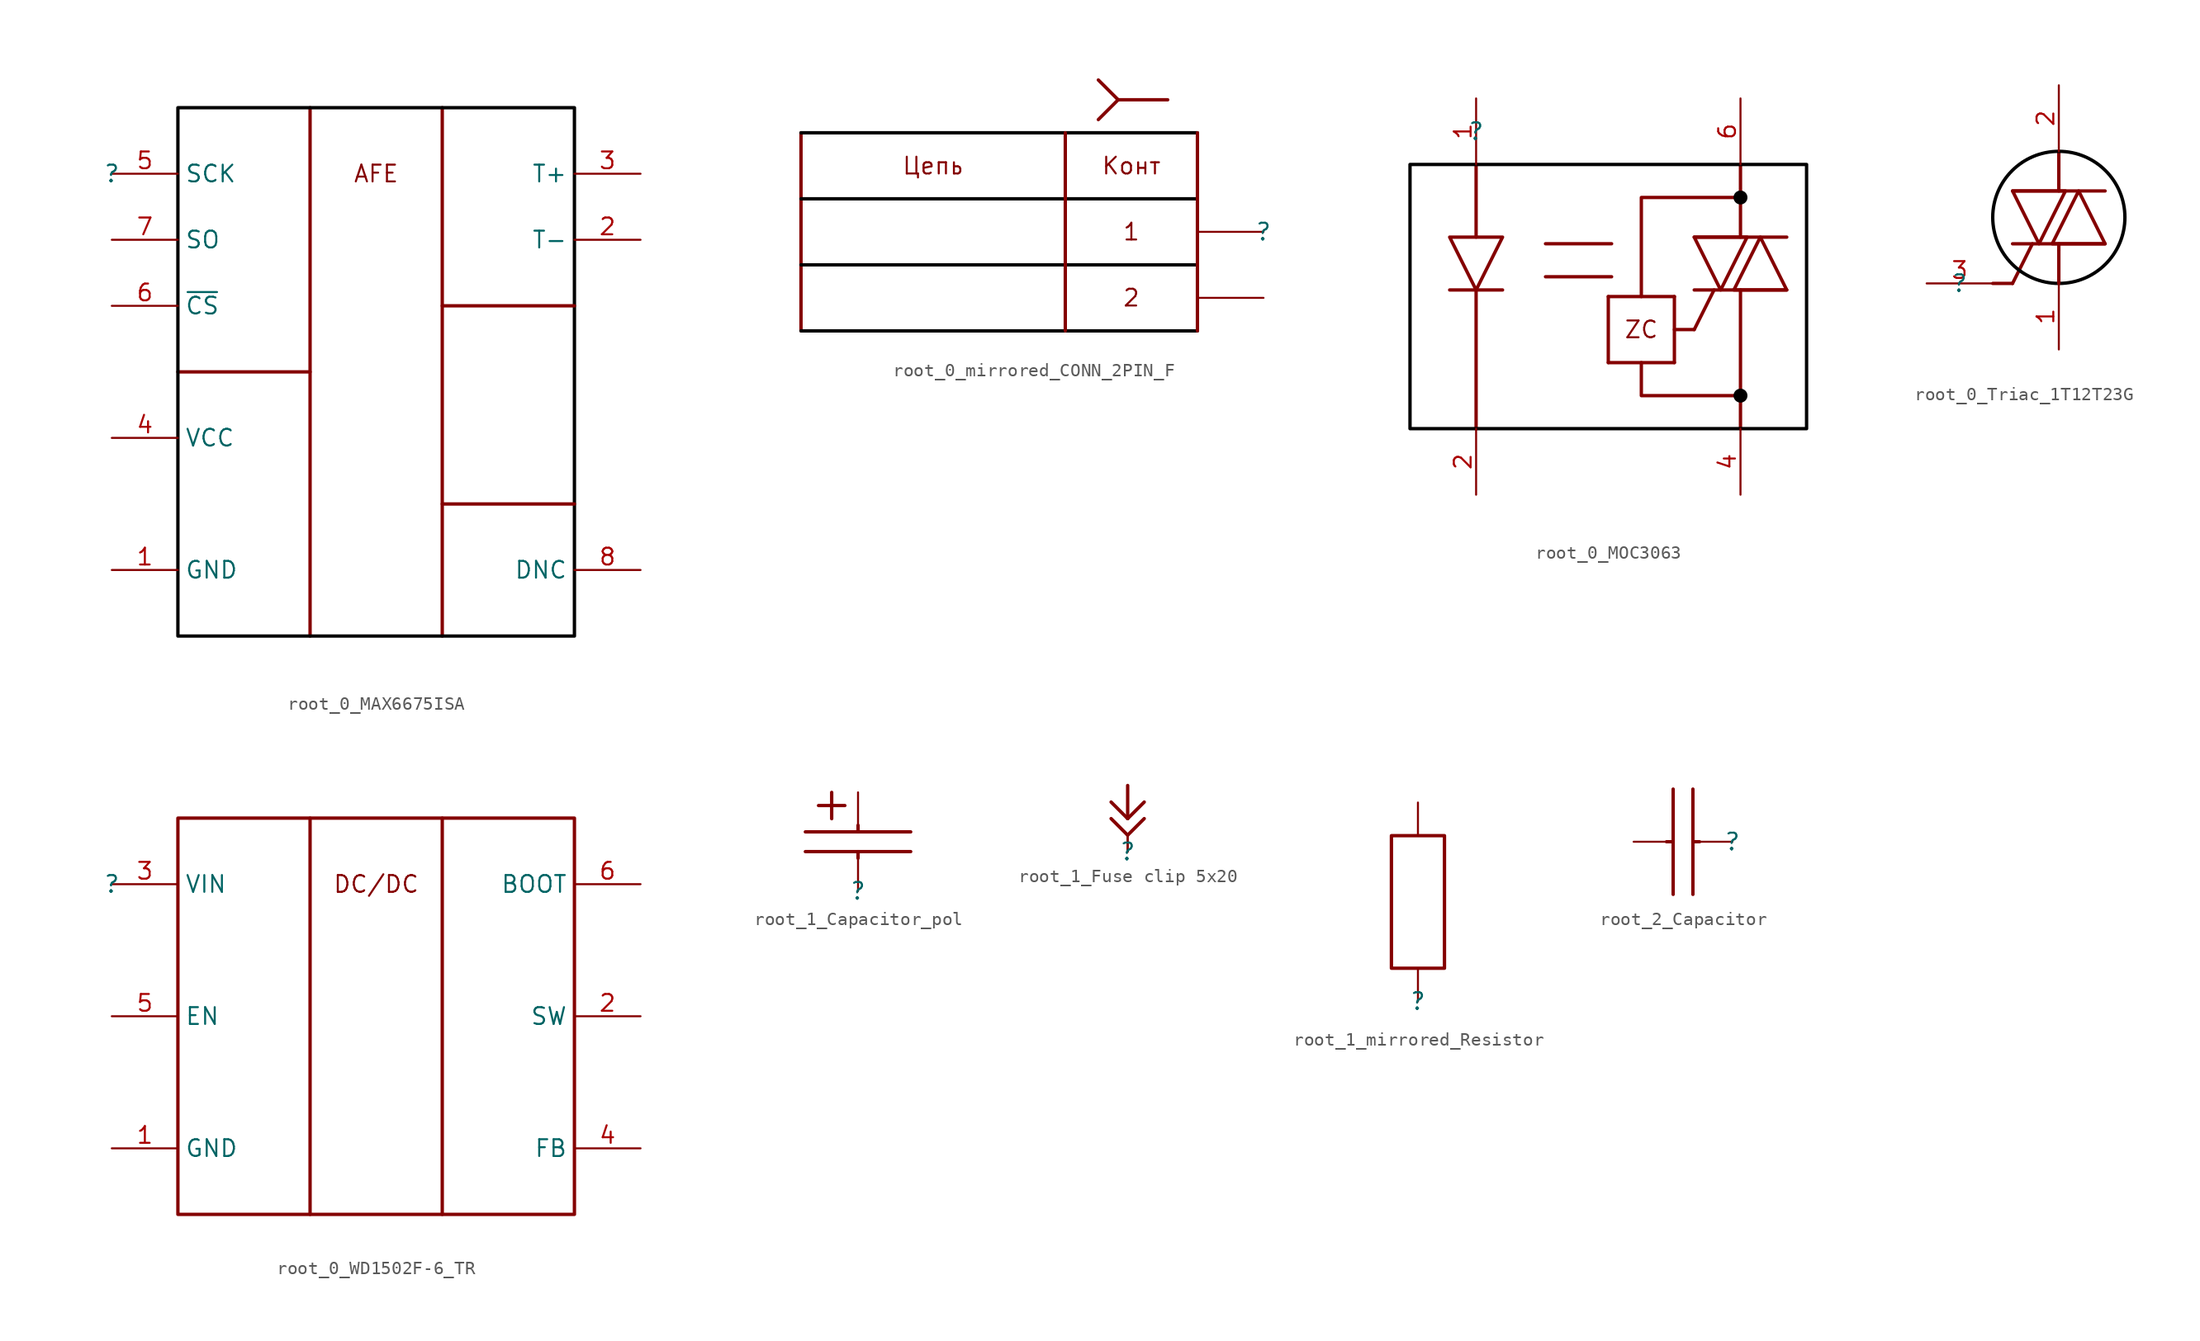
<source format=kicad_sym>
(kicad_symbol_lib
  (version 20231120)
  (generator "kicad_symbol_editor")
  (generator_version "8.0")
  (symbol "root_0_MAX6675ISA"
    (property "Reference" ""
      (at 0 0 0)
      (effects (font (size 1.27 1.27))))
    (property "Value" ""
      (at 0 0 0)
      (effects (font (size 1.27 1.27))))
    (symbol "root_0_MAX6675ISA_1_0"
      (polyline (pts (xy 5 -15) (xy 15 -15)) (stroke (width 0.254) (type solid)) (fill (type none)))
      (polyline (pts (xy 15 5) (xy 15 -35)) (stroke (width 0.254) (type solid)) (fill (type none)))
      (polyline (pts (xy 25 5) (xy 25 -35)) (stroke (width 0.254) (type solid)) (fill (type none)))
      (polyline (pts (xy 35 -25) (xy 25 -25)) (stroke (width 0.254) (type solid)) (fill (type none)))
      (polyline (pts (xy 35 -10) (xy 25 -10)) (stroke (width 0.254) (type solid)) (fill (type none)))
      (rectangle (start 35 5) (end 5 -35) (stroke (width 0.254) (type solid) (color 0 0 0 1)) (fill (type none)))
      (text "AFE" (at 20 0 0) (effects (font (size 1.27 1.27))))
      (pin passive line (at 0 -30 0) (length 5) (name "GND" (effects (font (size 1.27 1.27)))) (number "1" (effects (font (size 1.27 1.27)))))
      (pin passive line (at 40 -5 180) (length 5) (name "T-" (effects (font (size 1.27 1.27)))) (number "2" (effects (font (size 1.27 1.27)))))
      (pin passive line (at 40 0 180) (length 5) (name "T+" (effects (font (size 1.27 1.27)))) (number "3" (effects (font (size 1.27 1.27)))))
      (pin passive line (at 0 -20 0) (length 5) (name "VCC" (effects (font (size 1.27 1.27)))) (number "4" (effects (font (size 1.27 1.27)))))
      (pin passive line (at 0 0 0) (length 5) (name "SCK" (effects (font (size 1.27 1.27)))) (number "5" (effects (font (size 1.27 1.27)))))
      (pin passive line (at 0 -10 0) (length 5) (name "~{CS}" (effects (font (size 1.27 1.27)))) (number "6" (effects (font (size 1.27 1.27)))))
      (pin passive line (at 0 -5 0) (length 5) (name "SO" (effects (font (size 1.27 1.27)))) (number "7" (effects (font (size 1.27 1.27)))))
      (pin passive line (at 40 -30 180) (length 5) (name "DNC" (effects (font (size 1.27 1.27)))) (number "8" (effects (font (size 1.27 1.27)))))))
  (symbol "root_0_mirrored_CONN_2PIN_F"
    (property "Reference" ""
      (at 0 0 0)
      (effects (font (size 1.27 1.27))))
    (property "Value" ""
      (at 0 0 0)
      (effects (font (size 1.27 1.27))))
    (symbol "root_0_mirrored_CONN_2PIN_F_1_0"
      (polyline (pts (xy -35 -7.5) (xy -5 -7.5)) (stroke (width 0.254) (type solid) (color 0 0 0 1)) (fill (type none)))
      (polyline (pts (xy -35 -2.5) (xy -5 -2.5)) (stroke (width 0.254) (type solid) (color 0 0 0 1)) (fill (type none)))
      (polyline (pts (xy -35 2.5) (xy -5 2.5)) (stroke (width 0.254) (type solid) (color 0 0 0 1)) (fill (type none)))
      (polyline (pts (xy -35 7.5) (xy -35 -7.5)) (stroke (width 0.254) (type solid)) (fill (type none)))
      (polyline (pts (xy -35 7.5) (xy -5 7.5)) (stroke (width 0.254) (type solid) (color 0 0 0 1)) (fill (type none)))
      (polyline (pts (xy -15 7.5) (xy -15 -7.5)) (stroke (width 0.254) (type solid)) (fill (type none)))
      (polyline (pts (xy -11 10) (xy -12.5 8.5)) (stroke (width 0.254) (type solid)) (fill (type none)))
      (polyline (pts (xy -11 10) (xy -12.5 11.5)) (stroke (width 0.254) (type solid)) (fill (type none)))
      (polyline (pts (xy -7.25 10) (xy -11 10)) (stroke (width 0.254) (type solid)) (fill (type none)))
      (polyline (pts (xy -5 7.5) (xy -5 -7.5)) (stroke (width 0.254) (type solid)) (fill (type none)))
      (text "1" (at -10 0 0) (effects (font (size 1.27 1.27))))
      (text "2" (at -10 -5 0) (effects (font (size 1.27 1.27))))
      (text "Конт" (at -10 5 0) (effects (font (size 1.27 1.27))))
      (text "Цепь" (at -25 5 0) (effects (font (size 1.27 1.27))))
      (pin passive line (at 0 0 180) (length 5) (name "1" (effects (font (size 0 0)))) (number "1" (effects (font (size 0 0)))))
      (pin passive line (at 0 -5 180) (length 5) (name "2" (effects (font (size 0 0)))) (number "2" (effects (font (size 0 0)))))))
  (symbol "root_0_MOC3063"
    (property "Reference" ""
      (at 0 0 0)
      (effects (font (size 1.27 1.27))))
    (property "Value" ""
      (at 0 0 0)
      (effects (font (size 1.27 1.27))))
    (symbol "root_0_MOC3063_1_0"
      (polyline (pts (xy -2 -12) (xy 2 -12)) (stroke (width 0.254) (type solid)) (fill (type none)))
      (polyline (pts (xy 0 -22.5) (xy 0 -12)) (stroke (width 0.254) (type solid)) (fill (type none)))
      (polyline (pts (xy 0 -2.5) (xy 0 -8)) (stroke (width 0.254) (type solid)) (fill (type none)))
      (polyline (pts (xy 5.25 -11) (xy 10.25 -11)) (stroke (width 0.254) (type solid)) (fill (type none)))
      (polyline (pts (xy 5.25 -8.5) (xy 10.25 -8.5)) (stroke (width 0.254) (type solid)) (fill (type none)))
      (polyline (pts (xy 10 -17.5) (xy 15 -17.5)) (stroke (width 0.254) (type solid)) (fill (type none)))
      (polyline (pts (xy 10 -12.5) (xy 10 -17.5)) (stroke (width 0.254) (type solid)) (fill (type none)))
      (polyline (pts (xy 10 -12.5) (xy 15 -12.5)) (stroke (width 0.254) (type solid)) (fill (type none)))
      (polyline (pts (xy 15 -15) (xy 16.5 -15)) (stroke (width 0.254) (type solid)) (fill (type none)))
      (polyline (pts (xy 15 -12.5) (xy 15 -17.5)) (stroke (width 0.254) (type solid)) (fill (type none)))
      (polyline (pts (xy 16.5 -15) (xy 18 -12)) (stroke (width 0.254) (type solid)) (fill (type none)))
      (polyline (pts (xy 16.5 -12) (xy 23.5 -12)) (stroke (width 0.254) (type solid)) (fill (type none)))
      (polyline (pts (xy 16.5 -8) (xy 23.5 -8)) (stroke (width 0.254) (type solid)) (fill (type none)))
      (polyline (pts (xy 20 -20) (xy 20 -22.5)) (stroke (width 0.254) (type solid)) (fill (type none)))
      (polyline (pts (xy 20 -5) (xy 20 -8)) (stroke (width 0.254) (type solid)) (fill (type none)))
      (polyline (pts (xy 20 -2.5) (xy 20 -5)) (stroke (width 0.254) (type solid)) (fill (type none)))
      (polyline (pts (xy 12.5 -12.5) (xy 12.5 -5) (xy 20 -5)) (stroke (width 0.254) (type solid)) (fill (type none)))
      (polyline (pts (xy -2 -8) (xy 0 -12) (xy 2 -8) (xy -2 -8)) (stroke (width 0.254) (type solid)) (fill (type none)))
      (polyline (pts (xy 12.5 -17.5) (xy 12.5 -20) (xy 20 -20) (xy 20 -12)) (stroke (width 0.254) (type solid)) (fill (type none)))
      (polyline (pts (xy 16.5 -8) (xy 18.5 -12) (xy 20.5 -8) (xy 16.5 -8)) (stroke (width 0.254) (type solid)) (fill (type none)))
      (polyline (pts (xy 23.5 -12) (xy 21.5 -8) (xy 19.5 -12) (xy 23.5 -12)) (stroke (width 0.254) (type solid)) (fill (type none)))
      (circle (center 20 -20) (radius 0.4) (stroke (width 0.254) (type solid) (color 0 0 0 1)) (fill (type outline)))
      (circle (center 20 -5) (radius 0.4) (stroke (width 0.254) (type solid) (color 0 0 0 1)) (fill (type outline)))
      (rectangle (start 25 -2.5) (end -5 -22.5) (stroke (width 0.254) (type solid) (color 0 0 0 1)) (fill (type none)))
      (text "ZC" (at 12.5 -15 0) (effects (font (size 1.27 1.27))))
      (pin passive line (at 0 2.5 270) (length 5) (name "+" (effects (font (size 0 0)))) (number "1" (effects (font (size 1.27 1.27)))))
      (pin passive line (at 0 -27.5 90) (length 5) (name "-" (effects (font (size 0 0)))) (number "2" (effects (font (size 1.27 1.27)))))
      (pin passive line (at 20 -27.5 90) (length 5) (name "" (effects (font (size 0 0)))) (number "4" (effects (font (size 1.27 1.27)))))
      (pin passive line (at 20 2.5 270) (length 5) (name "" (effects (font (size 0 0)))) (number "6" (effects (font (size 1.27 1.27)))))))
  (symbol "root_0_Triac_1T12T23G"
    (property "Reference" ""
      (at 0 0 0)
      (effects (font (size 1.27 1.27))))
    (property "Value" ""
      (at 0 0 0)
      (effects (font (size 1.27 1.27))))
    (symbol "root_0_Triac_1T12T23G_1_0"
      (polyline (pts (xy 2.5 0) (xy 4 0)) (stroke (width 0.254) (type solid)) (fill (type none)))
      (polyline (pts (xy 4 0) (xy 5.5 3)) (stroke (width 0.254) (type solid)) (fill (type none)))
      (polyline (pts (xy 4 3) (xy 11 3)) (stroke (width 0.254) (type solid)) (fill (type none)))
      (polyline (pts (xy 4 7) (xy 11 7)) (stroke (width 0.254) (type solid)) (fill (type none)))
      (polyline (pts (xy 7.5 2.5) (xy 7.5 0)) (stroke (width 0.254) (type solid)) (fill (type none)))
      (polyline (pts (xy 7.5 2.5) (xy 7.5 3)) (stroke (width 0.254) (type solid)) (fill (type none)))
      (polyline (pts (xy 7.5 7) (xy 7.5 7.5)) (stroke (width 0.254) (type solid)) (fill (type none)))
      (polyline (pts (xy 7.5 10) (xy 7.5 7.5)) (stroke (width 0.254) (type solid)) (fill (type none)))
      (polyline (pts (xy 4 7) (xy 6 3) (xy 8 7) (xy 4 7)) (stroke (width 0.254) (type solid)) (fill (type none)))
      (polyline (pts (xy 11 3) (xy 9 7) (xy 7 3) (xy 11 3)) (stroke (width 0.254) (type solid)) (fill (type none)))
      (circle (center 7.5 5) (radius 5) (stroke (width 0.254) (type solid) (color 0 0 0 1)) (fill (type color) (color 255 255 255 0.5)))
      (pin passive line (at 7.5 -5 90) (length 5) (name "T1" (effects (font (size 0 0)))) (number "1" (effects (font (size 1.27 1.27)))))
      (pin passive line (at 7.5 15 270) (length 5) (name "T2" (effects (font (size 0 0)))) (number "2" (effects (font (size 1.27 1.27)))))
      (pin passive line (at -2.5 0 0) (length 5) (name "G" (effects (font (size 0 0)))) (number "3" (effects (font (size 1.27 1.27)))))))
  (symbol "root_0_WD1502F-6_TR"
    (property "Reference" ""
      (at 0 0 0)
      (effects (font (size 1.27 1.27))))
    (property "Value" ""
      (at 0 0 0)
      (effects (font (size 1.27 1.27))))
    (symbol "root_0_WD1502F-6_TR_1_0"
      (polyline (pts (xy 15 5) (xy 15 -25)) (stroke (width 0.254) (type solid)) (fill (type none)))
      (polyline (pts (xy 25 5) (xy 25 -25)) (stroke (width 0.254) (type solid)) (fill (type none)))
      (polyline (pts (xy 35 5) (xy 5 5) (xy 5 -25) (xy 35 -25) (xy 35 5)) (stroke (width 0.254) (type solid)) (fill (type none)))
      (text "DC/DC" (at 20 0 0) (effects (font (size 1.27 1.27))))
      (pin passive line (at 0 -20 0) (length 5) (name "GND" (effects (font (size 1.27 1.27)))) (number "1" (effects (font (size 1.27 1.27)))))
      (pin passive line (at 40 -10 180) (length 5) (name "SW" (effects (font (size 1.27 1.27)))) (number "2" (effects (font (size 1.27 1.27)))))
      (pin passive line (at 0 0 0) (length 5) (name "VIN" (effects (font (size 1.27 1.27)))) (number "3" (effects (font (size 1.27 1.27)))))
      (pin passive line (at 40 -20 180) (length 5) (name "FB" (effects (font (size 1.27 1.27)))) (number "4" (effects (font (size 1.27 1.27)))))
      (pin passive line (at 0 -10 0) (length 5) (name "EN" (effects (font (size 1.27 1.27)))) (number "5" (effects (font (size 1.27 1.27)))))
      (pin passive line (at 40 0 180) (length 5) (name "BOOT" (effects (font (size 1.27 1.27)))) (number "6" (effects (font (size 1.27 1.27)))))))
  (symbol "root_1_Capacitor_pol"
    (property "Reference" ""
      (at 0 0 0)
      (effects (font (size 1.27 1.27))))
    (property "Value" ""
      (at 0 0 0)
      (effects (font (size 1.27 1.27))))
    (symbol "root_1_Capacitor_pol_1_0"
      (polyline (pts (xy -4 3) (xy 4 3)) (stroke (width 0.254) (type solid)) (fill (type none)))
      (polyline (pts (xy -3 6.5) (xy -1 6.5)) (stroke (width 0.254) (type solid)) (fill (type none)))
      (polyline (pts (xy -2 5.5) (xy -2 7.5)) (stroke (width 0.254) (type solid)) (fill (type none)))
      (polyline (pts (xy 0 3) (xy 0 2.5)) (stroke (width 0.254) (type solid)) (fill (type none)))
      (polyline (pts (xy 0 4.5) (xy 0 5)) (stroke (width 0.254) (type solid)) (fill (type none)))
      (polyline (pts (xy 4 4.5) (xy -4 4.5)) (stroke (width 0.254) (type solid)) (fill (type none)))
      (pin passive line (at 0 0 90) (length 2.5) (name "1" (effects (font (size 0 0)))) (number "1" (effects (font (size 0 0)))))
      (pin passive line (at 0 7.5 270) (length 2.5) (name "2" (effects (font (size 0 0)))) (number "2" (effects (font (size 0 0)))))))
  (symbol "root_1_Fuse clip 5x20"
    (property "Reference" ""
      (at 0 0 0)
      (effects (font (size 1.27 1.27))))
    (property "Value" ""
      (at 0 0 0)
      (effects (font (size 1.27 1.27))))
    (symbol "root_1_Fuse clip 5x20_1_0"
      (polyline (pts (xy 0 1.25) (xy -1.25 2.5)) (stroke (width 0.254) (type solid)) (fill (type none)))
      (polyline (pts (xy 0 1.25) (xy 1.25 2.5)) (stroke (width 0.254) (type solid)) (fill (type none)))
      (polyline (pts (xy 0 2.5) (xy -1.25 3.75)) (stroke (width 0.254) (type solid)) (fill (type none)))
      (polyline (pts (xy 0 2.5) (xy 1.25 3.75)) (stroke (width 0.254) (type solid)) (fill (type none)))
      (polyline (pts (xy 0 5) (xy 0 2.5)) (stroke (width 0.254) (type solid)) (fill (type none)))
      (pin passive line (at 0 0 90) (length 1.25) (name "" (effects (font (size 1.27 1.27)))) (number "1" (effects (font (size 0 0)))))
      (pin passive line (at 0 0 90) (length 1.25) (name "1" (effects (font (size 0 0)))) (number "1" (effects (font (size 0 0)))))))
  (symbol "root_1_mirrored_Resistor"
    (property "Reference" ""
      (at 0 0 0)
      (effects (font (size 1.27 1.27))))
    (property "Value" ""
      (at 0 0 0)
      (effects (font (size 1.27 1.27))))
    (symbol "root_1_mirrored_Resistor_1_0"
      (polyline (pts (xy 2 2.5) (xy -2 2.5) (xy -2 12.5) (xy 2 12.5) (xy 2 2.5)) (stroke (width 0.254) (type solid)) (fill (type none)))
      (pin passive line (at 0 0 90) (length 2.5) (name "1" (effects (font (size 0 0)))) (number "1" (effects (font (size 0 0)))))
      (pin passive line (at 0 15 270) (length 2.5) (name "2" (effects (font (size 0 0)))) (number "2" (effects (font (size 0 0)))))))
  (symbol "root_2_Capacitor"
    (property "Reference" ""
      (at 0 0 0)
      (effects (font (size 1.27 1.27))))
    (property "Value" ""
      (at 0 0 0)
      (effects (font (size 1.27 1.27))))
    (symbol "root_2_Capacitor_1_0"
      (polyline (pts (xy -4.5 0) (xy -5 0)) (stroke (width 0.254) (type solid)) (fill (type none)))
      (polyline (pts (xy -4.5 4) (xy -4.5 -4)) (stroke (width 0.254) (type solid)) (fill (type none)))
      (polyline (pts (xy -3 -4) (xy -3 4)) (stroke (width 0.254) (type solid)) (fill (type none)))
      (polyline (pts (xy -3 0) (xy -2.5 0)) (stroke (width 0.254) (type solid)) (fill (type none)))
      (pin passive line (at -7.5 0 0) (length 2.5) (name "1" (effects (font (size 0 0)))) (number "1" (effects (font (size 0 0)))))
      (pin passive line (at 0 0 180) (length 2.5) (name "2" (effects (font (size 0 0)))) (number "2" (effects (font (size 0 0))))))))
</source>
